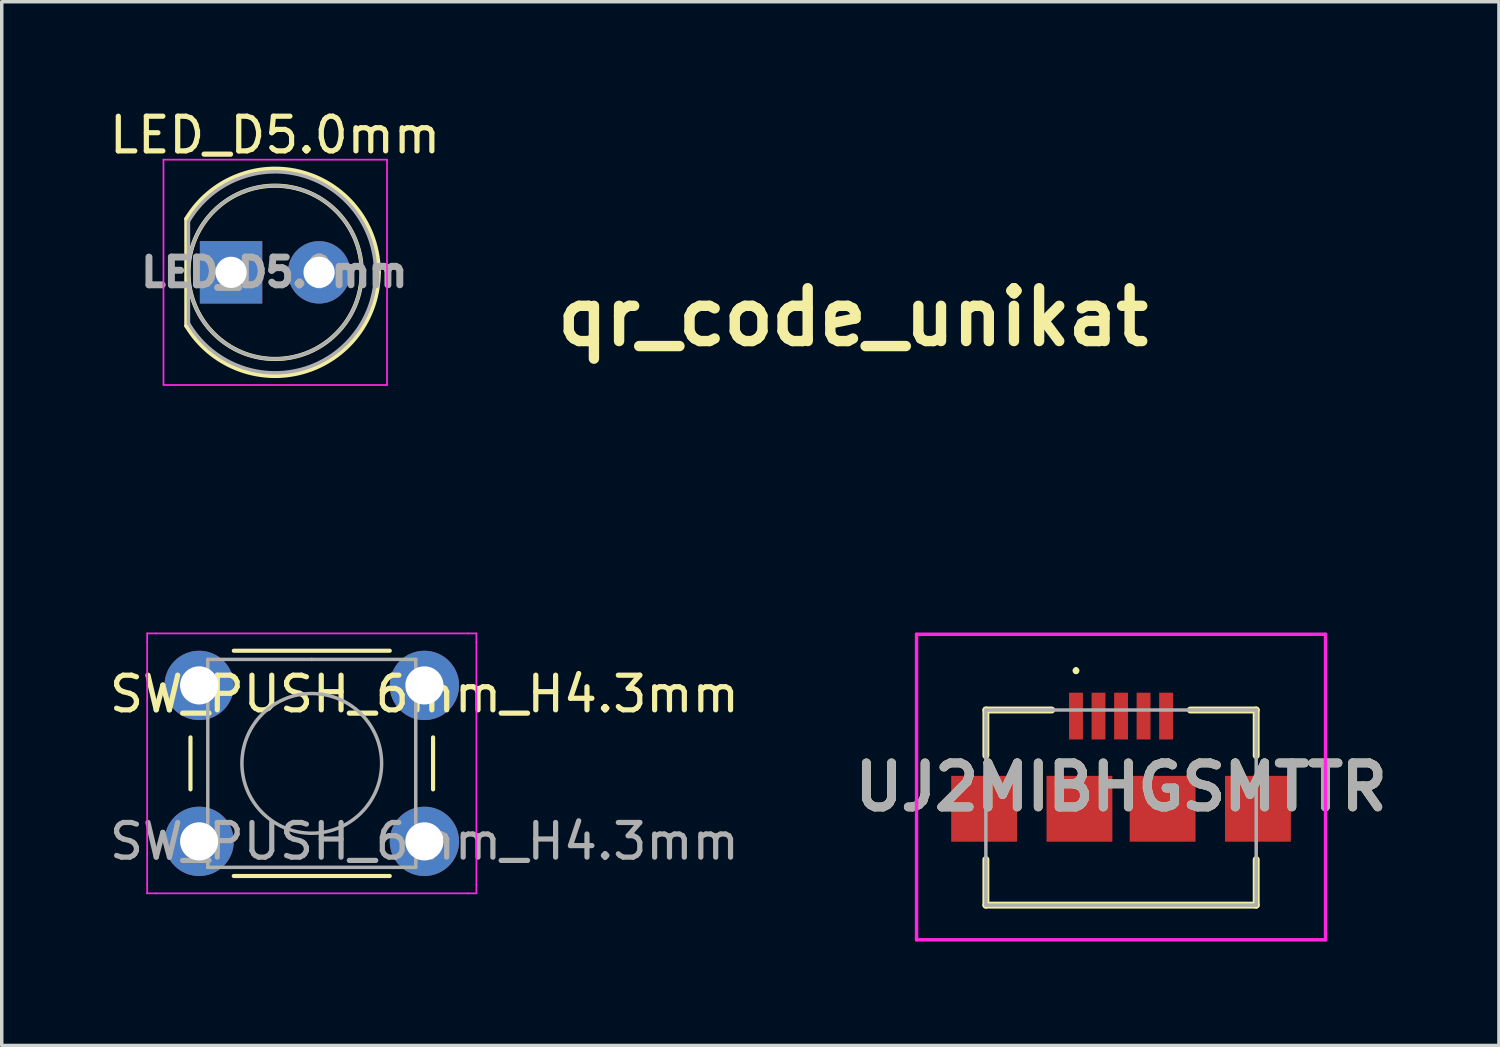
<source format=kicad_pcb>
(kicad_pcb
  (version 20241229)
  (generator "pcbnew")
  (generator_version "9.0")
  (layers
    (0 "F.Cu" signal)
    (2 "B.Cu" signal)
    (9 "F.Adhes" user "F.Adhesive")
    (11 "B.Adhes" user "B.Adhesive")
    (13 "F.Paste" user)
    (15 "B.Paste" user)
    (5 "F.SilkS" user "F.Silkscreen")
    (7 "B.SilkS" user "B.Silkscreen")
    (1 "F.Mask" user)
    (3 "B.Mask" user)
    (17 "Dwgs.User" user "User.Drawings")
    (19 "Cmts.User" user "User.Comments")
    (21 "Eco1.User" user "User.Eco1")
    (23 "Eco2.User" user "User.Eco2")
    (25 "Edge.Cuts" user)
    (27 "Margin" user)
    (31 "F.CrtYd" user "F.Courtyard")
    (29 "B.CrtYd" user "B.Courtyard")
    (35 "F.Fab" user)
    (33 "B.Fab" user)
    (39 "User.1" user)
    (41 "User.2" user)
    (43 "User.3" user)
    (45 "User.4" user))
  (footprint "UJ2MIBHGSMTTR"
    (layer "F.Cu")
    (at 29.297 20.252)
    (property "Reference" "UJ2MIBHGSMTTR" (at 0 -0.593 0) (layer "F.SilkS") (effects (font (size 1.27 1.27) (thickness 0.254))))
    (attr through_hole)
    (fp_line (start -3.9 -2.815) (end -2 -2.815) (stroke (width 0.2) (type solid)) (layer "F.SilkS"))
    (fp_line (start -3.9 -1.5) (end -3.9 -2.815) (stroke (width 0.2) (type solid)) (layer "F.SilkS"))
    (fp_line (start -3.9 1.5) (end -3.9 2.815) (stroke (width 0.2) (type solid)) (layer "F.SilkS"))
    (fp_line (start -3.9 2.815) (end 3.9 2.815) (stroke (width 0.2) (type solid)) (layer "F.SilkS"))
    (fp_line (start -1.3 -4) (end -1.3 -4) (stroke (width 0.1) (type solid)) (layer "F.SilkS"))
    (fp_line (start -1.3 -3.9) (end -1.3 -3.9) (stroke (width 0.1) (type solid)) (layer "F.SilkS"))
    (fp_line (start 2 -2.815) (end 3.9 -2.815) (stroke (width 0.2) (type solid)) (layer "F.SilkS"))
    (fp_line (start 3.9 -2.815) (end 3.9 -1.5) (stroke (width 0.2) (type solid)) (layer "F.SilkS"))
    (fp_line (start 3.9 2.815) (end 3.9 1.5) (stroke (width 0.2) (type solid)) (layer "F.SilkS"))
    (fp_arc (start -1.3 -4) (mid -1.25 -3.95) (end -1.3 -3.9) (stroke (width 0.1) (type solid)) (layer "F.SilkS"))
    (fp_arc (start -1.3 -3.9) (mid -1.35 -3.95) (end -1.3 -4) (stroke (width 0.1) (type solid)) (layer "F.SilkS"))
    (fp_line (start -5.9 -5) (end 5.9 -5) (stroke (width 0.1) (type solid)) (layer "F.CrtYd"))
    (fp_line (start -5.9 3.815) (end -5.9 -5) (stroke (width 0.1) (type solid)) (layer "F.CrtYd"))
    (fp_line (start 5.9 -5) (end 5.9 3.815) (stroke (width 0.1) (type solid)) (layer "F.CrtYd"))
    (fp_line (start 5.9 3.815) (end -5.9 3.815) (stroke (width 0.1) (type solid)) (layer "F.CrtYd"))
    (fp_line (start -3.9 -2.815) (end 3.9 -2.815) (stroke (width 0.1) (type solid)) (layer "F.Fab"))
    (fp_line (start -3.9 2.815) (end -3.9 -2.815) (stroke (width 0.1) (type solid)) (layer "F.Fab"))
    (fp_line (start 3.9 -2.815) (end 3.9 2.815) (stroke (width 0.1) (type solid)) (layer "F.Fab"))
    (fp_line (start 3.9 2.815) (end -3.9 2.815) (stroke (width 0.1) (type solid)) (layer "F.Fab"))
    (fp_text user "${REFERENCE}" (at 0 -0.593 0) (layer "F.Fab") (effects (font (size 1.27 1.27) (thickness 0.254))))
    (pad "" np_thru_hole circle (at -2 -2.115) (size 0.001 0.001) (drill 0.55) (layers "*.Cu" "*.Mask"))
    (pad "" np_thru_hole circle (at 2 -2.115) (size 0.001 0.001) (drill 0.55) (layers "*.Cu" "*.Mask"))
    (pad "1" smd rect (at -1.3 -2.64) (size 0.4 1.35) (layers "F.Cu" "F.Mask" "F.Paste"))
    (pad "2" smd rect (at 1.3 -2.64) (size 0.4 1.35) (layers "F.Cu" "F.Mask" "F.Paste"))
    (pad "3" smd rect (at -0.65 -2.64) (size 0.4 1.35) (layers "F.Cu" "F.Mask" "F.Paste"))
    (pad "4" smd rect (at 0 -2.64) (size 0.4 1.35) (layers "F.Cu" "F.Mask" "F.Paste"))
    (pad "5" smd rect (at 0.65 -2.64) (size 0.4 1.35) (layers "F.Cu" "F.Mask" "F.Paste"))
    (pad "6" smd rect (at -3.95 0.035) (size 1.9 1.9) (layers "F.Cu" "F.Mask" "F.Paste"))
    (pad "6" smd rect (at -1.2 0.035) (size 1.9 1.9) (layers "F.Cu" "F.Mask" "F.Paste"))
    (pad "6" smd rect (at 1.2 0.035) (size 1.9 1.9) (layers "F.Cu" "F.Mask" "F.Paste"))
    (pad "6" smd rect (at 3.95 0.035) (size 1.9 1.9) (layers "F.Cu" "F.Mask" "F.Paste")))
  (footprint "SW_PUSH_6mm_H4.3mm"
    (layer "F.Cu")
    (at 5.946 18.977)
    (property "Reference" "SW_PUSH_6mm_H4.3mm" (at 3.25 -2 0) (layer "F.SilkS") (effects (font (size 1 1) (thickness 0.15))))
    (attr through_hole)
    (fp_line (start -3.5 -0.75) (end -3.5 0.75) (stroke (width 0.12) (type solid)) (layer "F.SilkS"))
    (fp_line (start -2.25 3.25) (end 2.25 3.25) (stroke (width 0.12) (type solid)) (layer "F.SilkS"))
    (fp_line (start 2.25 -3.25) (end -2.25 -3.25) (stroke (width 0.12) (type solid)) (layer "F.SilkS"))
    (fp_line (start 3.5 0.75) (end 3.5 -0.75) (stroke (width 0.12) (type solid)) (layer "F.SilkS"))
    (fp_line (start -4.75 -3.75) (end -4.5 -3.75) (stroke (width 0.05) (type solid)) (layer "F.CrtYd"))
    (fp_line (start -4.75 -3.5) (end -4.75 -3.75) (stroke (width 0.05) (type solid)) (layer "F.CrtYd"))
    (fp_line (start -4.75 3.5) (end -4.75 -3.5) (stroke (width 0.05) (type solid)) (layer "F.CrtYd"))
    (fp_line (start -4.75 3.5) (end -4.75 3.75) (stroke (width 0.05) (type solid)) (layer "F.CrtYd"))
    (fp_line (start -4.75 3.75) (end -4.5 3.75) (stroke (width 0.05) (type solid)) (layer "F.CrtYd"))
    (fp_line (start -4.5 -3.75) (end 4.5 -3.75) (stroke (width 0.05) (type solid)) (layer "F.CrtYd"))
    (fp_line (start 4.5 -3.75) (end 4.75 -3.75) (stroke (width 0.05) (type solid)) (layer "F.CrtYd"))
    (fp_line (start 4.5 3.75) (end -4.5 3.75) (stroke (width 0.05) (type solid)) (layer "F.CrtYd"))
    (fp_line (start 4.5 3.75) (end 4.75 3.75) (stroke (width 0.05) (type solid)) (layer "F.CrtYd"))
    (fp_line (start 4.75 -3.75) (end 4.75 -3.5) (stroke (width 0.05) (type solid)) (layer "F.CrtYd"))
    (fp_line (start 4.75 -3.5) (end 4.75 3.5) (stroke (width 0.05) (type solid)) (layer "F.CrtYd"))
    (fp_line (start 4.75 3.75) (end 4.75 3.5) (stroke (width 0.05) (type solid)) (layer "F.CrtYd"))
    (fp_line (start -3 -3) (end 0 -3) (stroke (width 0.1) (type solid)) (layer "F.Fab"))
    (fp_line (start -3 3) (end -3 -3) (stroke (width 0.1) (type solid)) (layer "F.Fab"))
    (fp_line (start 0 -3) (end 3 -3) (stroke (width 0.1) (type solid)) (layer "F.Fab"))
    (fp_line (start 3 -3) (end 3 3) (stroke (width 0.1) (type solid)) (layer "F.Fab"))
    (fp_line (start 3 3) (end -3 3) (stroke (width 0.1) (type solid)) (layer "F.Fab"))
    (fp_circle (center 0 0) (end -2 0.25) (stroke (width 0.1) (type solid)) (fill no) (layer "F.Fab"))
    (fp_text user "${REFERENCE}" (at 3.25 2.25 0) (layer "F.Fab") (effects (font (size 1 1) (thickness 0.15))))
    (pad "1" thru_hole circle (at -3.25 -2.25 90) (size 2 2) (drill 1.1) (layers "*.Cu" "*.Mask"))
    (pad "1" thru_hole circle (at 3.25 -2.25 90) (size 2 2) (drill 1.1) (layers "*.Cu" "*.Mask"))
    (pad "2" thru_hole circle (at -3.25 2.25 90) (size 2 2) (drill 1.1) (layers "*.Cu" "*.Mask"))
    (pad "2" thru_hole circle (at 3.25 2.25 90) (size 2 2) (drill 1.1) (layers "*.Cu" "*.Mask")))
  (footprint "LED_D5.0mm"
    (layer "F.Cu")
    (at 4.887 4.808)
    (property "Reference" "LED_D5.0mm" (at 0 -3.96 0) (layer "F.SilkS") (effects (font (size 1 1) (thickness 0.15))))
    (attr through_hole)
    (fp_line (start -2.56 -1.545) (end -2.56 1.545) (stroke (width 0.12) (type solid)) (layer "F.SilkS"))
    (fp_arc (start -2.56 -1.54483) (mid 0.802002 -2.880433) (end 2.99 0.000462) (stroke (width 0.12) (type solid)) (layer "F.SilkS"))
    (fp_arc (start 2.99 -0.000462) (mid 0.802002 2.880433) (end -2.56 1.54483) (stroke (width 0.12) (type solid)) (layer "F.SilkS"))
    (fp_circle (center 0 0) (end 2.5 0) (stroke (width 0.12) (type solid)) (fill no) (layer "F.SilkS"))
    (fp_line (start -3.22 -3.25) (end -3.22 3.25) (stroke (width 0.05) (type solid)) (layer "F.CrtYd"))
    (fp_line (start -3.22 3.25) (end 3.23 3.25) (stroke (width 0.05) (type solid)) (layer "F.CrtYd"))
    (fp_line (start 3.23 -3.25) (end -3.22 -3.25) (stroke (width 0.05) (type solid)) (layer "F.CrtYd"))
    (fp_line (start 3.23 3.25) (end 3.23 -3.25) (stroke (width 0.05) (type solid)) (layer "F.CrtYd"))
    (fp_line (start -2.5 -1.47) (end -2.5 1.47) (stroke (width 0.1) (type solid)) (layer "F.Fab"))
    (fp_arc (start -2.5 -1.469694) (mid 2.9 0.000016) (end -2.500016 1.469666) (stroke (width 0.1) (type solid)) (layer "F.Fab"))
    (fp_circle (center 0 0) (end 2.5 0) (stroke (width 0.1) (type solid)) (fill no) (layer "F.Fab"))
    (fp_text user "${REFERENCE}" (at -0.02 0 0) (layer "F.Fab") (effects (font (size 0.8 0.8) (thickness 0.2))))
    (pad "1" thru_hole rect (at -1.27 0) (size 1.8 1.8) (drill 0.9) (layers "*.Cu" "*.Mask"))
    (pad "2" thru_hole circle (at 1.27 0) (size 1.8 1.8) (drill 0.9) (layers "*.Cu" "*.Mask")))
  (footprint "qr_code_unikat"
    (layer "F.Cu")
    (at 21.562 6.101)
    (property "Reference" "qr_code_unikat" (at 0 0 0) (layer "F.SilkS") (effects (font (size 1.524 1.524) (thickness 0.3))))
    (attr through_hole)
    (fp_poly (pts (xy -3.193 -3.193) (xy -4.935 -3.193) (xy -4.935 -4.935) (xy -3.193 -4.935) (xy -3.193 -3.193)) (stroke (width 0.01) (type solid)) (fill yes) (layer "F.Mask"))
    (fp_poly (pts (xy -3.193 4.935) (xy -4.935 4.935) (xy -4.935 3.193) (xy -3.193 3.193) (xy -3.193 4.935)) (stroke (width 0.01) (type solid)) (fill yes) (layer "F.Mask"))
    (fp_poly (pts (xy -1.451 -2.032) (xy -1.451 -3.193) (xy -0.871 -3.193) (xy -0.871 -2.032) (xy -1.451 -2.032)) (stroke (width 0.01) (type solid)) (fill yes) (layer "F.Mask"))
    (fp_poly (pts (xy -0.29 -4.935) (xy -1.451 -4.935) (xy -1.451 -5.515) (xy -0.29 -5.515) (xy -0.29 -4.935)) (stroke (width 0.01) (type solid)) (fill yes) (layer "F.Mask"))
    (fp_poly (pts (xy 0.871 -3.774) (xy -1.451 -3.774) (xy -1.451 -4.354) (xy 0.871 -4.354) (xy 0.871 -3.774)) (stroke (width 0.01) (type solid)) (fill yes) (layer "F.Mask"))
    (fp_poly (pts (xy 1.451 -4.935) (xy 0.29 -4.935) (xy 0.29 -5.515) (xy 1.451 -5.515) (xy 1.451 -4.935)) (stroke (width 0.01) (type solid)) (fill yes) (layer "F.Mask"))
    (fp_poly (pts (xy 3.193 4.354) (xy 3.193 3.774) (xy 3.774 3.774) (xy 3.774 4.354) (xy 3.193 4.354)) (stroke (width 0.01) (type solid)) (fill yes) (layer "F.Mask"))
    (fp_poly (pts (xy 3.193 6.096) (xy 2.032 6.096) (xy 2.032 5.515) (xy 3.193 5.515) (xy 3.193 6.096)) (stroke (width 0.01) (type solid)) (fill yes) (layer "F.Mask"))
    (fp_poly (pts (xy 4.935 -3.193) (xy 3.193 -3.193) (xy 3.193 -4.935) (xy 4.935 -4.935) (xy 4.935 -3.193)) (stroke (width 0.01) (type solid)) (fill yes) (layer "F.Mask"))
    (fp_poly (pts (xy 4.935 -0.871) (xy 4.935 -1.451) (xy 5.515 -1.451) (xy 5.515 -0.871) (xy 4.935 -0.871)) (stroke (width 0.01) (type solid)) (fill yes) (layer "F.Mask"))
    (fp_poly (pts (xy 5.515 -0.871) (xy 6.096 -0.871) (xy 6.096 -0.29) (xy 5.515 -0.29) (xy 5.515 -0.871)) (stroke (width 0.01) (type solid)) (fill yes) (layer "F.Mask"))
    (fp_poly (pts (xy 5.515 4.354) (xy 4.935 4.354) (xy 4.935 3.774) (xy 5.515 3.774) (xy 5.515 4.354)) (stroke (width 0.01) (type solid)) (fill yes) (layer "F.Mask"))
    (fp_poly (pts (xy 5.515 5.515) (xy 5.515 6.096) (xy 4.935 6.096) (xy 4.935 5.515) (xy 5.515 5.515)) (stroke (width 0.01) (type solid)) (fill yes) (layer "F.Mask"))
    (fp_poly (pts (xy 3.774 5.515) (xy 3.774 4.354) (xy 4.354 4.354) (xy 4.354 4.935) (xy 4.935 4.935) (xy 4.935 5.515) (xy 3.774 5.515)) (stroke (width 0.01) (type solid)) (fill yes) (layer "F.Mask"))
    (fp_poly (pts (xy -2.032 -2.032) (xy -6.096 -2.032) (xy -6.096 -5.515) (xy -5.515 -5.515) (xy -5.515 -2.613) (xy -2.613 -2.613) (xy -2.613 -5.515) (xy -5.515 -5.515) (xy -6.096 -5.515) (xy -6.096 -6.096) (xy -2.032 -6.096) (xy -2.032 -2.032)) (stroke (width 0.01) (type solid)) (fill yes) (layer "F.Mask"))
    (fp_poly (pts (xy -2.032 6.096) (xy -6.096 6.096) (xy -6.096 2.613) (xy -5.515 2.613) (xy -5.515 5.515) (xy -2.613 5.515) (xy -2.613 2.613) (xy -5.515 2.613) (xy -6.096 2.613) (xy -6.096 2.032) (xy -2.032 2.032) (xy -2.032 6.096)) (stroke (width 0.01) (type solid)) (fill yes) (layer "F.Mask"))
    (fp_poly (pts (xy 6.096 -2.032) (xy 2.032 -2.032) (xy 2.032 -5.515) (xy 2.613 -5.515) (xy 2.613 -2.613) (xy 5.515 -2.613) (xy 5.515 -5.515) (xy 2.613 -5.515) (xy 2.032 -5.515) (xy 2.032 -6.096) (xy 6.096 -6.096) (xy 6.096 -2.032)) (stroke (width 0.01) (type solid)) (fill yes) (layer "F.Mask"))
    (fp_poly (pts (xy 5.515 1.451) (xy 6.096 1.451) (xy 6.096 2.032) (xy 5.515 2.032) (xy 5.515 3.193) (xy 3.774 3.193) (xy 3.774 2.032) (xy 3.193 2.032) (xy 3.193 3.193) (xy 2.613 3.193) (xy 2.613 4.354) (xy 2.032 4.354) (xy 2.032 5.515) (xy 1.451 5.515) (xy 1.451 6.096) (xy 0.29 6.096) (xy 0.29 4.935) (xy -0.29 4.935) (xy -0.29 4.354) (xy -0.871 4.354) (xy -0.871 5.515) (xy -0.29 5.515) (xy -0.29 6.096) (xy -1.451 6.096) (xy -1.451 3.193) (xy -0.871 3.193) (xy -0.871 3.774) (xy -0.29 3.774) (xy -0.29 3.193) (xy 0.871 3.193) (xy 0.871 3.774) (xy 0.29 3.774) (xy 0.29 4.354) (xy 1.451 4.354) (xy 1.451 3.774) (xy 2.032 3.774) (xy 2.032 3.193) (xy 1.451 3.193) (xy 1.451 2.613) (xy 0.29 2.613) (xy 0.29 2.032) (xy 1.451 2.032) (xy 1.451 2.613) (xy 2.032 2.613) (xy 2.032 3.193) (xy 2.613 3.193) (xy 2.613 2.032) (xy 1.451 2.032) (xy 1.451 1.451) (xy 2.032 1.451) (xy 2.032 0.871) (xy 2.613 0.871) (xy 2.613 1.451) (xy 3.193 1.451) (xy 3.193 0.871) (xy 3.774 0.871) (xy 3.774 2.032) (xy 4.935 2.032) (xy 4.935 0.871) (xy 3.774 0.871) (xy 3.774 0.29) (xy 4.935 0.29) (xy 4.935 -0.29) (xy 5.515 -0.29) (xy 5.515 1.451)) (stroke (width 0.01) (type solid)) (fill yes) (layer "F.Mask"))
    (fp_poly (pts (xy -0.29 -2.032) (xy -0.29 -0.871) (xy 0.29 -0.871) (xy 0.871 -0.871) (xy 0.871 -0.29) (xy 2.032 -0.29) (xy 2.032 -0.871) (xy 0.871 -0.871) (xy 0.29 -0.871) (xy 0.29 -2.032) (xy -0.29 -2.032) (xy -0.29 -2.613) (xy 0.29 -2.613) (xy 0.29 -2.032) (xy 0.871 -2.032) (xy 0.871 -3.193) (xy 1.451 -3.193) (xy 1.451 -1.451) (xy 2.032 -1.451) (xy 2.032 -0.871) (xy 2.613 -0.871) (xy 2.613 -1.451) (xy 3.193 -1.451) (xy 3.193 -0.871) (xy 3.774 -0.871) (xy 3.774 -1.451) (xy 4.354 -1.451) (xy 4.354 -0.29) (xy 2.032 -0.29) (xy 2.032 0.871) (xy 1.451 0.871) (xy 1.451 1.451) (xy 0.871 1.451) (xy 0.871 0.871) (xy 0.29 0.871) (xy 0.29 2.032) (xy -0.29 2.032) (xy -0.29 2.613) (xy -1.451 2.613) (xy -1.451 1.451) (xy -0.871 1.451) (xy -0.871 2.032) (xy -0.29 2.032) (xy -0.29 1.451) (xy -0.871 1.451) (xy -0.871 0.871) (xy -0.29 0.871) (xy -0.29 0.29) (xy 0.29 0.29) (xy 0.29 -0.29) (xy -0.29 -0.29) (xy -0.29 -0.871) (xy -0.871 -0.871) (xy -0.871 0.29) (xy -1.451 0.29) (xy -1.451 0.871) (xy -2.032 0.871) (xy -2.032 1.451) (xy -2.613 1.451) (xy -2.613 0.871) (xy -3.193 0.871) (xy -3.193 1.451) (xy -3.774 1.451) (xy -3.774 0.871) (xy -3.193 0.871) (xy -3.193 0.29) (xy -3.774 0.29) (xy -3.774 0.871) (xy -4.354 0.871) (xy -4.354 1.451) (xy -4.935 1.451) (xy -4.935 0.29) (xy -5.515 0.29) (xy -5.515 -0.871) (xy -4.935 -0.871) (xy -4.935 0.29) (xy -3.774 0.29) (xy -3.774 -0.29) (xy -4.354 -0.29) (xy -4.354 -0.871) (xy -4.935 -0.871) (xy -5.515 -0.871) (xy -6.096 -0.871) (xy -6.096 -1.451) (xy -3.193 -1.451) (xy -3.193 0.29) (xy -2.613 0.29) (xy -2.613 0.871) (xy -2.032 0.871) (xy -2.032 0.29) (xy -2.613 0.29) (xy -2.613 -0.29) (xy -2.032 -0.29) (xy -2.032 -0.871) (xy -2.613 -0.871) (xy -2.613 -1.451) (xy -0.871 -1.451) (xy -0.871 -2.032) (xy -0.29 -2.032)) (stroke (width 0.01) (type solid)) (fill yes) (layer "F.Mask")))
  (gr_rect
    (start -3 -3)
    (end 40.201 27.117)
    (stroke (width 0.1) (type default))
    (fill no)
    (layer "Edge.Cuts")))
</source>
